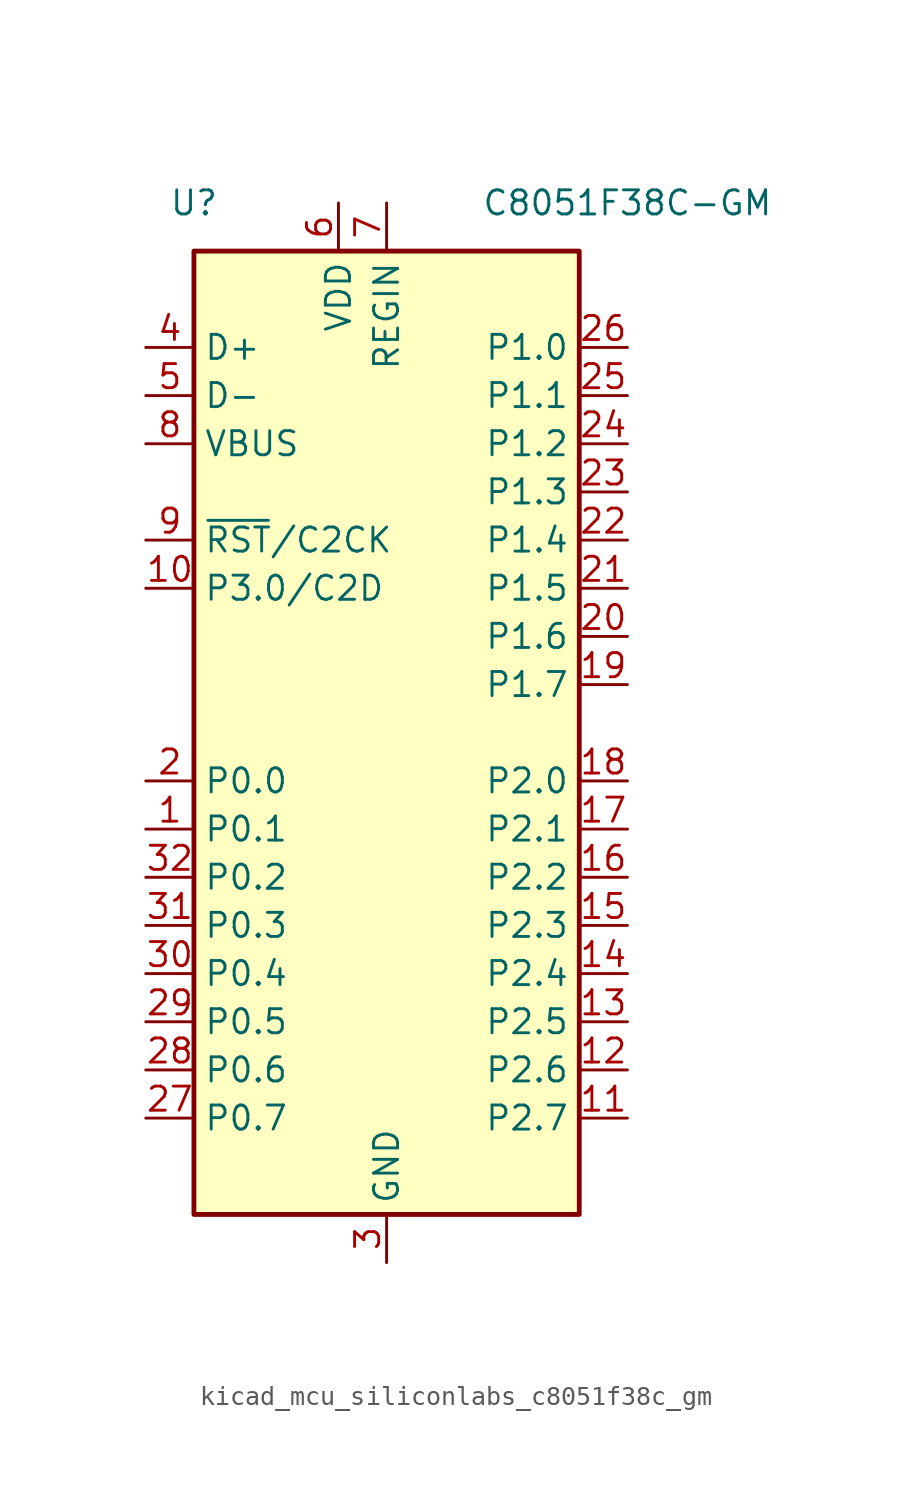
<source format=kicad_sym>
(kicad_symbol_lib
  (version 20220914)
  (generator kicad_symbol_editor)
  (symbol "kicad_mcu_siliconlabs_c8051f38c_gm"
    (property "Reference" "U"
      (at -10.16 27.94 0)
      (effects (font (size 1.27 1.27))))
    (property "Value" "C8051F38C-GM"
      (at 12.7 27.94 0)
      (effects (font (size 1.27 1.27))))
    (symbol "kicad_mcu_siliconlabs_c8051f38c_gm_0_1"
      (rectangle (start -10.16 25.4) (end 10.16 -25.4) (stroke (width 0.254) (type default)) (fill (type background))))
    (symbol "kicad_mcu_siliconlabs_c8051f38c_gm_1_1"
      (pin bidirectional line (at -12.7 -5.08 0) (length 2.54) (name "P0.1" (effects (font (size 1.27 1.27)))) (number "1" (effects (font (size 1.27 1.27)))))
      (pin bidirectional line (at -12.7 7.62 0) (length 2.54) (name "P3.0/C2D" (effects (font (size 1.27 1.27)))) (number "10" (effects (font (size 1.27 1.27)))))
      (pin bidirectional line (at 12.7 -20.32 180) (length 2.54) (name "P2.7" (effects (font (size 1.27 1.27)))) (number "11" (effects (font (size 1.27 1.27)))))
      (pin bidirectional line (at 12.7 -17.78 180) (length 2.54) (name "P2.6" (effects (font (size 1.27 1.27)))) (number "12" (effects (font (size 1.27 1.27)))))
      (pin bidirectional line (at 12.7 -15.24 180) (length 2.54) (name "P2.5" (effects (font (size 1.27 1.27)))) (number "13" (effects (font (size 1.27 1.27)))))
      (pin bidirectional line (at 12.7 -12.7 180) (length 2.54) (name "P2.4" (effects (font (size 1.27 1.27)))) (number "14" (effects (font (size 1.27 1.27)))))
      (pin bidirectional line (at 12.7 -10.16 180) (length 2.54) (name "P2.3" (effects (font (size 1.27 1.27)))) (number "15" (effects (font (size 1.27 1.27)))))
      (pin bidirectional line (at 12.7 -7.62 180) (length 2.54) (name "P2.2" (effects (font (size 1.27 1.27)))) (number "16" (effects (font (size 1.27 1.27)))))
      (pin bidirectional line (at 12.7 -5.08 180) (length 2.54) (name "P2.1" (effects (font (size 1.27 1.27)))) (number "17" (effects (font (size 1.27 1.27)))))
      (pin bidirectional line (at 12.7 -2.54 180) (length 2.54) (name "P2.0" (effects (font (size 1.27 1.27)))) (number "18" (effects (font (size 1.27 1.27)))))
      (pin bidirectional line (at 12.7 2.54 180) (length 2.54) (name "P1.7" (effects (font (size 1.27 1.27)))) (number "19" (effects (font (size 1.27 1.27)))))
      (pin bidirectional line (at -12.7 -2.54 0) (length 2.54) (name "P0.0" (effects (font (size 1.27 1.27)))) (number "2" (effects (font (size 1.27 1.27)))))
      (pin bidirectional line (at 12.7 5.08 180) (length 2.54) (name "P1.6" (effects (font (size 1.27 1.27)))) (number "20" (effects (font (size 1.27 1.27)))))
      (pin bidirectional line (at 12.7 7.62 180) (length 2.54) (name "P1.5" (effects (font (size 1.27 1.27)))) (number "21" (effects (font (size 1.27 1.27)))))
      (pin bidirectional line (at 12.7 10.16 180) (length 2.54) (name "P1.4" (effects (font (size 1.27 1.27)))) (number "22" (effects (font (size 1.27 1.27)))))
      (pin bidirectional line (at 12.7 12.7 180) (length 2.54) (name "P1.3" (effects (font (size 1.27 1.27)))) (number "23" (effects (font (size 1.27 1.27)))))
      (pin bidirectional line (at 12.7 15.24 180) (length 2.54) (name "P1.2" (effects (font (size 1.27 1.27)))) (number "24" (effects (font (size 1.27 1.27)))))
      (pin bidirectional line (at 12.7 17.78 180) (length 2.54) (name "P1.1" (effects (font (size 1.27 1.27)))) (number "25" (effects (font (size 1.27 1.27)))))
      (pin bidirectional line (at 12.7 20.32 180) (length 2.54) (name "P1.0" (effects (font (size 1.27 1.27)))) (number "26" (effects (font (size 1.27 1.27)))))
      (pin bidirectional line (at -12.7 -20.32 0) (length 2.54) (name "P0.7" (effects (font (size 1.27 1.27)))) (number "27" (effects (font (size 1.27 1.27)))))
      (pin bidirectional line (at -12.7 -17.78 0) (length 2.54) (name "P0.6" (effects (font (size 1.27 1.27)))) (number "28" (effects (font (size 1.27 1.27)))))
      (pin bidirectional line (at -12.7 -15.24 0) (length 2.54) (name "P0.5" (effects (font (size 1.27 1.27)))) (number "29" (effects (font (size 1.27 1.27)))))
      (pin power_in line (at 0 -27.94 90) (length 2.54) (name "GND" (effects (font (size 1.27 1.27)))) (number "3" (effects (font (size 1.27 1.27)))))
      (pin bidirectional line (at -12.7 -12.7 0) (length 2.54) (name "P0.4" (effects (font (size 1.27 1.27)))) (number "30" (effects (font (size 1.27 1.27)))))
      (pin bidirectional line (at -12.7 -10.16 0) (length 2.54) (name "P0.3" (effects (font (size 1.27 1.27)))) (number "31" (effects (font (size 1.27 1.27)))))
      (pin bidirectional line (at -12.7 -7.62 0) (length 2.54) (name "P0.2" (effects (font (size 1.27 1.27)))) (number "32" (effects (font (size 1.27 1.27)))))
      (pin passive line (at 0 -27.94 90) (length 2.54) hide (name "GND" (effects (font (size 1.27 1.27)))) (number "33" (effects (font (size 1.27 1.27)))))
      (pin bidirectional line (at -12.7 20.32 0) (length 2.54) (name "D+" (effects (font (size 1.27 1.27)))) (number "4" (effects (font (size 1.27 1.27)))))
      (pin bidirectional line (at -12.7 17.78 0) (length 2.54) (name "D-" (effects (font (size 1.27 1.27)))) (number "5" (effects (font (size 1.27 1.27)))))
      (pin power_in line (at -2.54 27.94 270) (length 2.54) (name "VDD" (effects (font (size 1.27 1.27)))) (number "6" (effects (font (size 1.27 1.27)))))
      (pin power_in line (at 0 27.94 270) (length 2.54) (name "REGIN" (effects (font (size 1.27 1.27)))) (number "7" (effects (font (size 1.27 1.27)))))
      (pin input line (at -12.7 15.24 0) (length 2.54) (name "VBUS" (effects (font (size 1.27 1.27)))) (number "8" (effects (font (size 1.27 1.27)))))
      (pin input line (at -12.7 10.16 0) (length 2.54) (name "~{RST}/C2CK" (effects (font (size 1.27 1.27)))) (number "9" (effects (font (size 1.27 1.27))))))))
</source>
